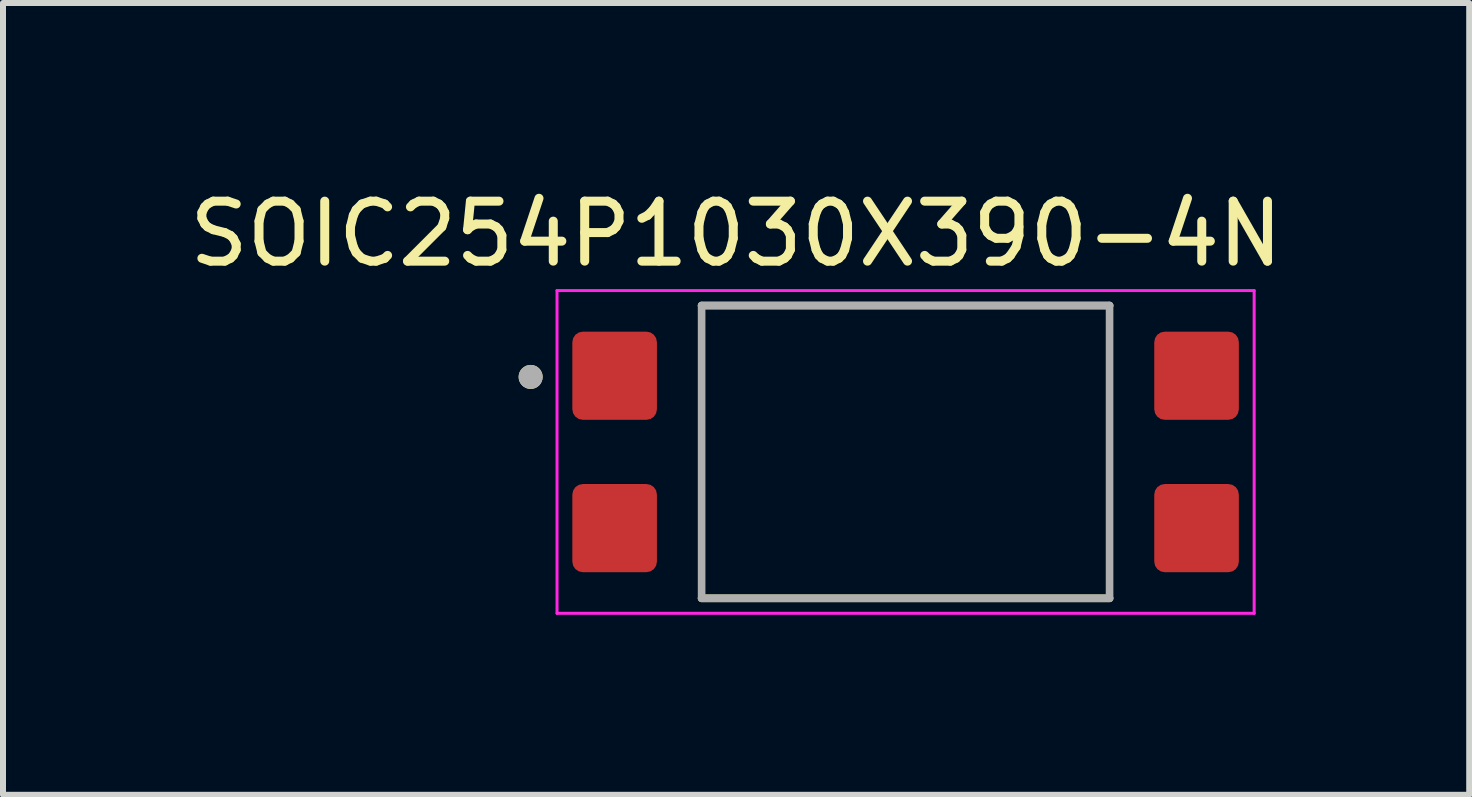
<source format=kicad_pcb>
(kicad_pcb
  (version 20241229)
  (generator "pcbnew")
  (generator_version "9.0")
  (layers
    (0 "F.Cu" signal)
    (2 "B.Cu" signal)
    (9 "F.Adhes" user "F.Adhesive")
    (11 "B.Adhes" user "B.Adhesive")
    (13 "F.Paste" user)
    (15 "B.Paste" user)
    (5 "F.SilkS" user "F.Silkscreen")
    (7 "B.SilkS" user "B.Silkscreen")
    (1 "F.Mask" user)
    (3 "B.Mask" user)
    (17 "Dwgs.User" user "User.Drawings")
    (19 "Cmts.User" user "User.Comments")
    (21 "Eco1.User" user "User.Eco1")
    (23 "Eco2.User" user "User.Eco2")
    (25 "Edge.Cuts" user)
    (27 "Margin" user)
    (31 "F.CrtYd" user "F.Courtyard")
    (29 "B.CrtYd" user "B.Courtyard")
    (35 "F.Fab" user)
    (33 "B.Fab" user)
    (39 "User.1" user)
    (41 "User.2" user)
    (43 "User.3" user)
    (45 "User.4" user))
  (footprint "SOIC254P1030X390-4N"
    (layer "F.Cu")
    (at 12.045 4.483)
    (property "Reference" "SOIC254P1030X390-4N" (at -2.825 -3.635 0) (layer "F.SilkS") (effects (font (size 1 1) (thickness 0.15))))
    (attr smd)
    (fp_line (start -3.4 -2.44) (end 3.4 -2.44) (stroke (width 0.127) (type solid)) (layer "F.SilkS"))
    (fp_line (start 3.4 2.44) (end -3.4 2.44) (stroke (width 0.127) (type solid)) (layer "F.SilkS"))
    (fp_circle (center -6.25 -1.25) (end -6.15 -1.25) (stroke (width 0.2) (type solid)) (fill no) (layer "F.SilkS"))
    (fp_line (start -5.81 -2.69) (end 5.81 -2.69) (stroke (width 0.05) (type solid)) (layer "F.CrtYd"))
    (fp_line (start -5.81 2.69) (end -5.81 -2.69) (stroke (width 0.05) (type solid)) (layer "F.CrtYd"))
    (fp_line (start 5.81 -2.69) (end 5.81 2.69) (stroke (width 0.05) (type solid)) (layer "F.CrtYd"))
    (fp_line (start 5.81 2.69) (end -5.81 2.69) (stroke (width 0.05) (type solid)) (layer "F.CrtYd"))
    (fp_line (start -3.4 -2.44) (end -3.4 2.44) (stroke (width 0.127) (type solid)) (layer "F.Fab"))
    (fp_line (start -3.4 2.44) (end 3.4 2.44) (stroke (width 0.127) (type solid)) (layer "F.Fab"))
    (fp_line (start 3.4 -2.44) (end -3.4 -2.44) (stroke (width 0.127) (type solid)) (layer "F.Fab"))
    (fp_line (start 3.4 2.44) (end 3.4 -2.44) (stroke (width 0.127) (type solid)) (layer "F.Fab"))
    (fp_circle (center -6.25 -1.25) (end -6.15 -1.25) (stroke (width 0.2) (type solid)) (fill no) (layer "F.Fab"))
    (pad "1" smd roundrect (at -4.85 -1.27) (size 1.41 1.47) (layers "F.Cu" "F.Mask" "F.Paste") (roundrect_rratio 0.125))
    (pad "2" smd roundrect (at -4.85 1.27) (size 1.41 1.47) (layers "F.Cu" "F.Mask" "F.Paste") (roundrect_rratio 0.125))
    (pad "3" smd roundrect (at 4.85 1.27) (size 1.41 1.47) (layers "F.Cu" "F.Mask" "F.Paste") (roundrect_rratio 0.125))
    (pad "4" smd roundrect (at 4.85 -1.27) (size 1.41 1.47) (layers "F.Cu" "F.Mask" "F.Paste") (roundrect_rratio 0.125)))
  (gr_rect
    (start -3 -3)
    (end 21.44 10.198)
    (stroke (width 0.1) (type default))
    (fill no)
    (layer "Edge.Cuts")))
</source>
